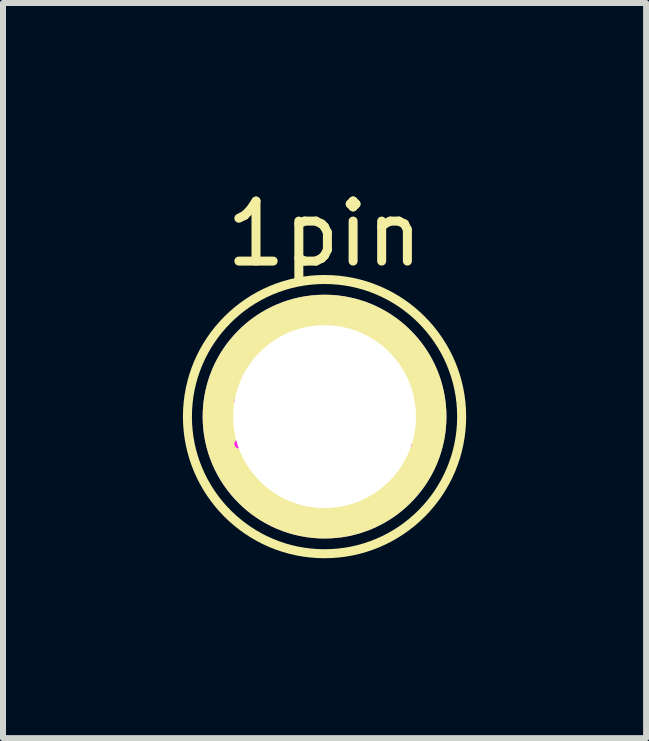
<source format=kicad_pcb>
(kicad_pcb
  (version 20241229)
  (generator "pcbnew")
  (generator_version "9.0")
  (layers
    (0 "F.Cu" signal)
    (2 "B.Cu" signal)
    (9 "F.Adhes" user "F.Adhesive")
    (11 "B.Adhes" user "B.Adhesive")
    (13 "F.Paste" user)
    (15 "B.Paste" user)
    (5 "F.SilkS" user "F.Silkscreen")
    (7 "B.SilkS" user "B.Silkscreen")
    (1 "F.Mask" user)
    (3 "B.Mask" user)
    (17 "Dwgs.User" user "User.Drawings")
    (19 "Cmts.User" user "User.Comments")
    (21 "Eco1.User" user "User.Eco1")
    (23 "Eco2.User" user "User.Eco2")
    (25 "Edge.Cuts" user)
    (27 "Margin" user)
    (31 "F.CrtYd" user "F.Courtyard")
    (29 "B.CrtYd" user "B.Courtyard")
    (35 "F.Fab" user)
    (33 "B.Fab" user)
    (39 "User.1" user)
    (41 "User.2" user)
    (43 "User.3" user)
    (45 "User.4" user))
  (footprint "1pin"
    (layer "F.Cu")
    (at 2.361 3.896)
    (property "Reference" "1pin" (at 0 -3.048 0) (layer "F.SilkS") (effects (font (size 1 1) (thickness 0.15))))
    (attr through_hole)
    (fp_circle (center 0 0) (end 0 -2.286) (stroke (width 0.15) (type solid)) (fill no) (layer "F.SilkS"))
    (fp_text user "${REFERENCE}" (at 0 0 0) (layer "F.CrtYd") (effects (font (size 1 1) (thickness 0.15))))
    (pad "1" thru_hole circle (at 0 0) (size 4.064 4.064) (drill 3.048) (layers "*.Cu" "*.Mask" "F.SilkS")))
  (gr_rect
    (start -3 -3)
    (end 7.722 9.257)
    (stroke (width 0.1) (type default))
    (fill no)
    (layer "Edge.Cuts")))
</source>
